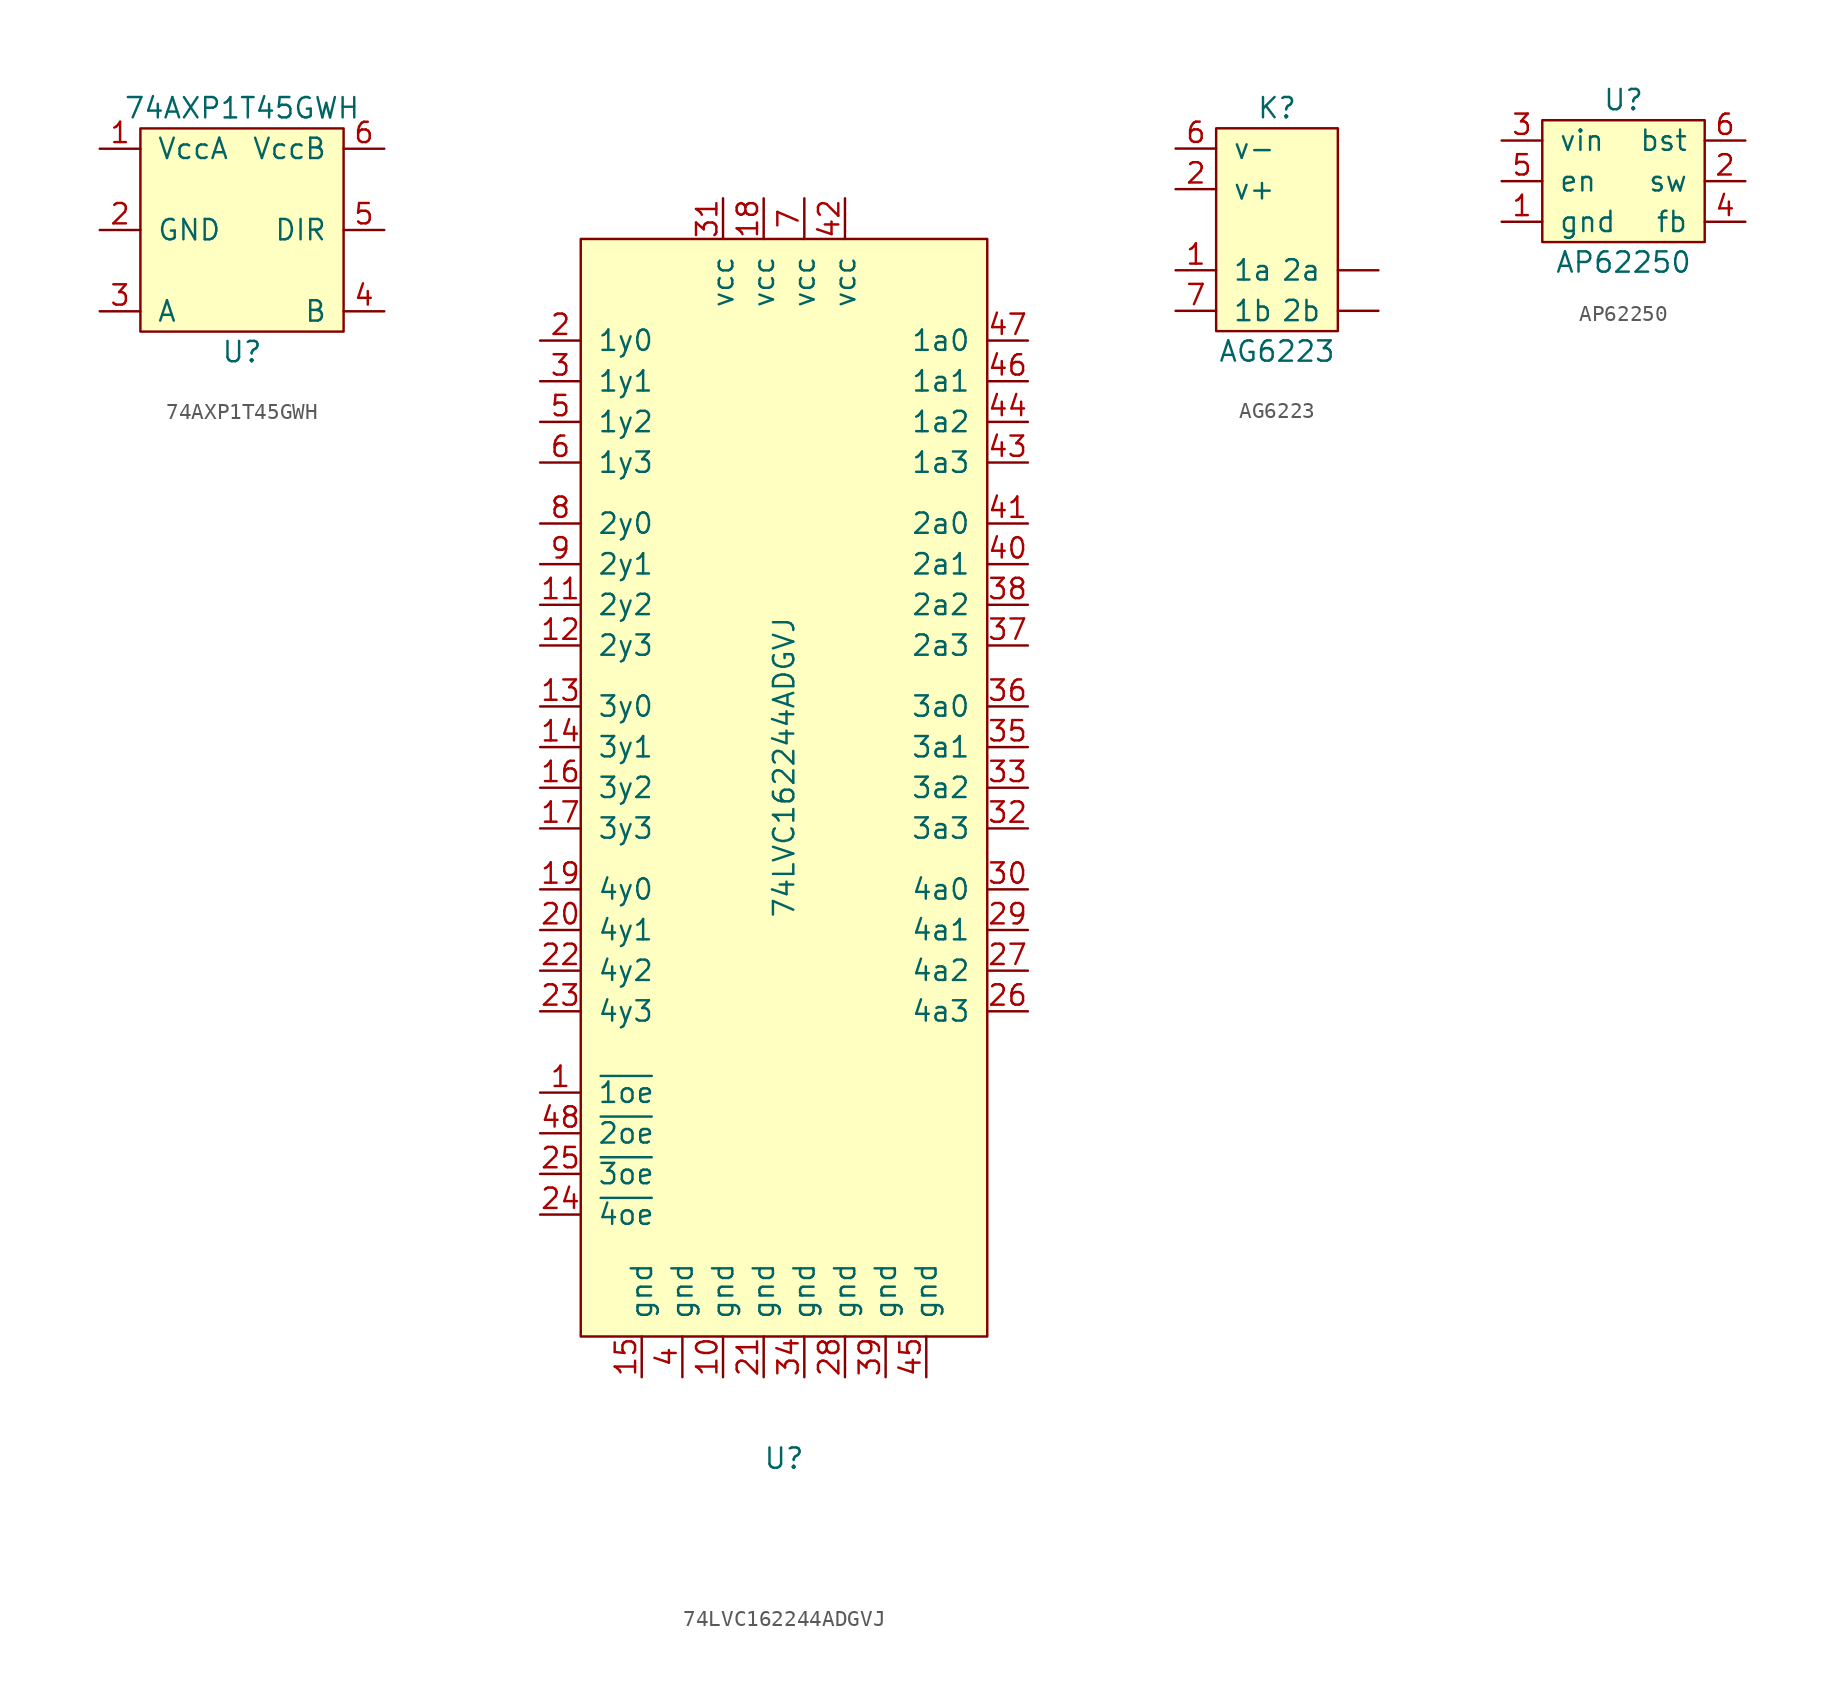
<source format=kicad_sym>
(kicad_symbol_lib
  (version 20211014)
  (generator kicad_symbol_editor)
  (symbol "74AXP1T45GWH"
    (pin_names
      (offset 1.016))
    (property "Reference" "U"
      (at 0 -7.62 0)
      (effects (font (size 1.27 1.27))))
    (property "Value" "74AXP1T45GWH"
      (at 0 7.62 0)
      (effects (font (size 1.27 1.27))))
    (symbol "74AXP1T45GWH_0_1"
      (rectangle (start -6.35 6.35) (end 6.35 -6.35) (stroke (width 0) (type default) (color 0 0 0 0)) (fill (type background))))
    (symbol "74AXP1T45GWH_1_1"
      (pin power_in line (at -8.89 5.08 0) (length 2.54) (name "VccA" (effects (font (size 1.27 1.27)))) (number "1" (effects (font (size 1.27 1.27)))))
      (pin power_in line (at -8.89 0 0) (length 2.54) (name "GND" (effects (font (size 1.27 1.27)))) (number "2" (effects (font (size 1.27 1.27)))))
      (pin bidirectional line (at -8.89 -5.08 0) (length 2.54) (name "A" (effects (font (size 1.27 1.27)))) (number "3" (effects (font (size 1.27 1.27)))))
      (pin bidirectional line (at 8.89 -5.08 180) (length 2.54) (name "B" (effects (font (size 1.27 1.27)))) (number "4" (effects (font (size 1.27 1.27)))))
      (pin input line (at 8.89 0 180) (length 2.54) (name "DIR" (effects (font (size 1.27 1.27)))) (number "5" (effects (font (size 1.27 1.27)))))
      (pin power_in line (at 8.89 5.08 180) (length 2.54) (name "VccB" (effects (font (size 1.27 1.27)))) (number "6" (effects (font (size 1.27 1.27)))))))
  (symbol "74LVC162244ADGVJ"
    (pin_names
      (offset 1.016))
    (property "Reference" "U"
      (at 0 -43.18 0)
      (effects (font (size 1.27 1.27))))
    (property "Value" "74LVC162244ADGVJ"
      (at 0 0 90)
      (effects (font (size 1.27 1.27))))
    (symbol "74LVC162244ADGVJ_0_1"
      (rectangle (start -12.7 33.02) (end 12.7 -35.56) (stroke (width 0) (type default) (color 0 0 0 0)) (fill (type background))))
    (symbol "74LVC162244ADGVJ_1_1"
      (pin input line (at -15.24 -20.32 0) (length 2.54) (name "~{1oe}" (effects (font (size 1.27 1.27)))) (number "1" (effects (font (size 1.27 1.27)))))
      (pin input line (at -3.81 -38.1 90) (length 2.54) (name "gnd" (effects (font (size 1.27 1.27)))) (number "10" (effects (font (size 1.27 1.27)))))
      (pin input line (at -15.24 10.16 0) (length 2.54) (name "2y2" (effects (font (size 1.27 1.27)))) (number "11" (effects (font (size 1.27 1.27)))))
      (pin input line (at -15.24 7.62 0) (length 2.54) (name "2y3" (effects (font (size 1.27 1.27)))) (number "12" (effects (font (size 1.27 1.27)))))
      (pin input line (at -15.24 3.81 0) (length 2.54) (name "3y0" (effects (font (size 1.27 1.27)))) (number "13" (effects (font (size 1.27 1.27)))))
      (pin input line (at -15.24 1.27 0) (length 2.54) (name "3y1" (effects (font (size 1.27 1.27)))) (number "14" (effects (font (size 1.27 1.27)))))
      (pin input line (at -8.89 -38.1 90) (length 2.54) (name "gnd" (effects (font (size 1.27 1.27)))) (number "15" (effects (font (size 1.27 1.27)))))
      (pin input line (at -15.24 -1.27 0) (length 2.54) (name "3y2" (effects (font (size 1.27 1.27)))) (number "16" (effects (font (size 1.27 1.27)))))
      (pin input line (at -15.24 -3.81 0) (length 2.54) (name "3y3" (effects (font (size 1.27 1.27)))) (number "17" (effects (font (size 1.27 1.27)))))
      (pin power_in line (at -1.27 35.56 270) (length 2.54) (name "vcc" (effects (font (size 1.27 1.27)))) (number "18" (effects (font (size 1.27 1.27)))))
      (pin input line (at -15.24 -7.62 0) (length 2.54) (name "4y0" (effects (font (size 1.27 1.27)))) (number "19" (effects (font (size 1.27 1.27)))))
      (pin input line (at -15.24 26.67 0) (length 2.54) (name "1y0" (effects (font (size 1.27 1.27)))) (number "2" (effects (font (size 1.27 1.27)))))
      (pin input line (at -15.24 -10.16 0) (length 2.54) (name "4y1" (effects (font (size 1.27 1.27)))) (number "20" (effects (font (size 1.27 1.27)))))
      (pin input line (at -1.27 -38.1 90) (length 2.54) (name "gnd" (effects (font (size 1.27 1.27)))) (number "21" (effects (font (size 1.27 1.27)))))
      (pin input line (at -15.24 -12.7 0) (length 2.54) (name "4y2" (effects (font (size 1.27 1.27)))) (number "22" (effects (font (size 1.27 1.27)))))
      (pin input line (at -15.24 -15.24 0) (length 2.54) (name "4y3" (effects (font (size 1.27 1.27)))) (number "23" (effects (font (size 1.27 1.27)))))
      (pin input line (at -15.24 -27.94 0) (length 2.54) (name "~{4oe}" (effects (font (size 1.27 1.27)))) (number "24" (effects (font (size 1.27 1.27)))))
      (pin input line (at -15.24 -25.4 0) (length 2.54) (name "~{3oe}" (effects (font (size 1.27 1.27)))) (number "25" (effects (font (size 1.27 1.27)))))
      (pin output line (at 15.24 -15.24 180) (length 2.54) (name "4a3" (effects (font (size 1.27 1.27)))) (number "26" (effects (font (size 1.27 1.27)))))
      (pin output line (at 15.24 -12.7 180) (length 2.54) (name "4a2" (effects (font (size 1.27 1.27)))) (number "27" (effects (font (size 1.27 1.27)))))
      (pin input line (at 3.81 -38.1 90) (length 2.54) (name "gnd" (effects (font (size 1.27 1.27)))) (number "28" (effects (font (size 1.27 1.27)))))
      (pin output line (at 15.24 -10.16 180) (length 2.54) (name "4a1" (effects (font (size 1.27 1.27)))) (number "29" (effects (font (size 1.27 1.27)))))
      (pin input line (at -15.24 24.13 0) (length 2.54) (name "1y1" (effects (font (size 1.27 1.27)))) (number "3" (effects (font (size 1.27 1.27)))))
      (pin output line (at 15.24 -7.62 180) (length 2.54) (name "4a0" (effects (font (size 1.27 1.27)))) (number "30" (effects (font (size 1.27 1.27)))))
      (pin power_in line (at -3.81 35.56 270) (length 2.54) (name "vcc" (effects (font (size 1.27 1.27)))) (number "31" (effects (font (size 1.27 1.27)))))
      (pin output line (at 15.24 -3.81 180) (length 2.54) (name "3a3" (effects (font (size 1.27 1.27)))) (number "32" (effects (font (size 1.27 1.27)))))
      (pin output line (at 15.24 -1.27 180) (length 2.54) (name "3a2" (effects (font (size 1.27 1.27)))) (number "33" (effects (font (size 1.27 1.27)))))
      (pin input line (at 1.27 -38.1 90) (length 2.54) (name "gnd" (effects (font (size 1.27 1.27)))) (number "34" (effects (font (size 1.27 1.27)))))
      (pin output line (at 15.24 1.27 180) (length 2.54) (name "3a1" (effects (font (size 1.27 1.27)))) (number "35" (effects (font (size 1.27 1.27)))))
      (pin output line (at 15.24 3.81 180) (length 2.54) (name "3a0" (effects (font (size 1.27 1.27)))) (number "36" (effects (font (size 1.27 1.27)))))
      (pin output line (at 15.24 7.62 180) (length 2.54) (name "2a3" (effects (font (size 1.27 1.27)))) (number "37" (effects (font (size 1.27 1.27)))))
      (pin output line (at 15.24 10.16 180) (length 2.54) (name "2a2" (effects (font (size 1.27 1.27)))) (number "38" (effects (font (size 1.27 1.27)))))
      (pin input line (at 6.35 -38.1 90) (length 2.54) (name "gnd" (effects (font (size 1.27 1.27)))) (number "39" (effects (font (size 1.27 1.27)))))
      (pin input line (at -6.35 -38.1 90) (length 2.54) (name "gnd" (effects (font (size 1.27 1.27)))) (number "4" (effects (font (size 1.27 1.27)))))
      (pin output line (at 15.24 12.7 180) (length 2.54) (name "2a1" (effects (font (size 1.27 1.27)))) (number "40" (effects (font (size 1.27 1.27)))))
      (pin output line (at 15.24 15.24 180) (length 2.54) (name "2a0" (effects (font (size 1.27 1.27)))) (number "41" (effects (font (size 1.27 1.27)))))
      (pin power_in line (at 3.81 35.56 270) (length 2.54) (name "vcc" (effects (font (size 1.27 1.27)))) (number "42" (effects (font (size 1.27 1.27)))))
      (pin output line (at 15.24 19.05 180) (length 2.54) (name "1a3" (effects (font (size 1.27 1.27)))) (number "43" (effects (font (size 1.27 1.27)))))
      (pin output line (at 15.24 21.59 180) (length 2.54) (name "1a2" (effects (font (size 1.27 1.27)))) (number "44" (effects (font (size 1.27 1.27)))))
      (pin input line (at 8.89 -38.1 90) (length 2.54) (name "gnd" (effects (font (size 1.27 1.27)))) (number "45" (effects (font (size 1.27 1.27)))))
      (pin output line (at 15.24 24.13 180) (length 2.54) (name "1a1" (effects (font (size 1.27 1.27)))) (number "46" (effects (font (size 1.27 1.27)))))
      (pin output line (at 15.24 26.67 180) (length 2.54) (name "1a0" (effects (font (size 1.27 1.27)))) (number "47" (effects (font (size 1.27 1.27)))))
      (pin input line (at -15.24 -22.86 0) (length 2.54) (name "~{2oe}" (effects (font (size 1.27 1.27)))) (number "48" (effects (font (size 1.27 1.27)))))
      (pin input line (at -15.24 21.59 0) (length 2.54) (name "1y2" (effects (font (size 1.27 1.27)))) (number "5" (effects (font (size 1.27 1.27)))))
      (pin input line (at -15.24 19.05 0) (length 2.54) (name "1y3" (effects (font (size 1.27 1.27)))) (number "6" (effects (font (size 1.27 1.27)))))
      (pin power_in line (at 1.27 35.56 270) (length 2.54) (name "vcc" (effects (font (size 1.27 1.27)))) (number "7" (effects (font (size 1.27 1.27)))))
      (pin input line (at -15.24 15.24 0) (length 2.54) (name "2y0" (effects (font (size 1.27 1.27)))) (number "8" (effects (font (size 1.27 1.27)))))
      (pin input line (at -15.24 12.7 0) (length 2.54) (name "2y1" (effects (font (size 1.27 1.27)))) (number "9" (effects (font (size 1.27 1.27)))))))
  (symbol "AG6223"
    (pin_names
      (offset 1.016))
    (property "Reference" "K"
      (at 0 7.62 0)
      (effects (font (size 1.27 1.27))))
    (property "Value" "AG6223"
      (at 0 -7.62 0)
      (effects (font (size 1.27 1.27))))
    (symbol "AG6223_0_1"
      (rectangle (start 3.81 -6.35) (end -3.81 6.35) (stroke (width 0) (type default) (color 0 0 0 0)) (fill (type background))))
    (symbol "AG6223_1_1"
      (pin input line (at -6.35 -2.54 0) (length 2.54) (name "1a" (effects (font (size 1.27 1.27)))) (number "1" (effects (font (size 1.27 1.27)))))
      (pin input line (at -6.35 2.54 0) (length 2.54) (name "v+" (effects (font (size 1.27 1.27)))) (number "2" (effects (font (size 1.27 1.27)))))
      (pin input line (at -6.35 5.08 0) (length 2.54) (name "v-" (effects (font (size 1.27 1.27)))) (number "6" (effects (font (size 1.27 1.27)))))
      (pin input line (at -6.35 -5.08 0) (length 2.54) (name "1b" (effects (font (size 1.27 1.27)))) (number "7" (effects (font (size 1.27 1.27)))))
      (pin input line (at 6.35 -2.54 180) (length 2.54) (name "2a" (effects (font (size 1.27 1.27)))) (number "~" (effects (font (size 1.27 1.27)))))
      (pin input line (at 6.35 -5.08 180) (length 2.54) (name "2b" (effects (font (size 1.27 1.27)))) (number "~" (effects (font (size 1.27 1.27)))))))
  (symbol "AP62250"
    (pin_names
      (offset 1.016))
    (property "Reference" "U"
      (at 0 6.35 0)
      (effects (font (size 1.27 1.27))))
    (property "Value" "AP62250"
      (at 0 -3.81 0)
      (effects (font (size 1.27 1.27))))
    (symbol "AP62250_0_1"
      (rectangle (start -5.08 5.08) (end 5.08 -2.54) (stroke (width 0) (type default) (color 0 0 0 0)) (fill (type background)))
      (rectangle (start 2.54 -2.54) (end 2.54 -2.54) (stroke (width 0) (type default) (color 0 0 0 0)) (fill (type none))))
    (symbol "AP62250_1_1"
      (pin input line (at -7.62 -1.27 0) (length 2.54) (name "gnd" (effects (font (size 1.27 1.27)))) (number "1" (effects (font (size 1.27 1.27)))))
      (pin passive line (at 7.62 1.27 180) (length 2.54) (name "sw" (effects (font (size 1.27 1.27)))) (number "2" (effects (font (size 1.27 1.27)))))
      (pin input line (at -7.62 3.81 0) (length 2.54) (name "vin" (effects (font (size 1.27 1.27)))) (number "3" (effects (font (size 1.27 1.27)))))
      (pin input line (at 7.62 -1.27 180) (length 2.54) (name "fb" (effects (font (size 1.27 1.27)))) (number "4" (effects (font (size 1.27 1.27)))))
      (pin input line (at -7.62 1.27 0) (length 2.54) (name "en" (effects (font (size 1.27 1.27)))) (number "5" (effects (font (size 1.27 1.27)))))
      (pin passive line (at 7.62 3.81 180) (length 2.54) (name "bst" (effects (font (size 1.27 1.27)))) (number "6" (effects (font (size 1.27 1.27))))))))
</source>
